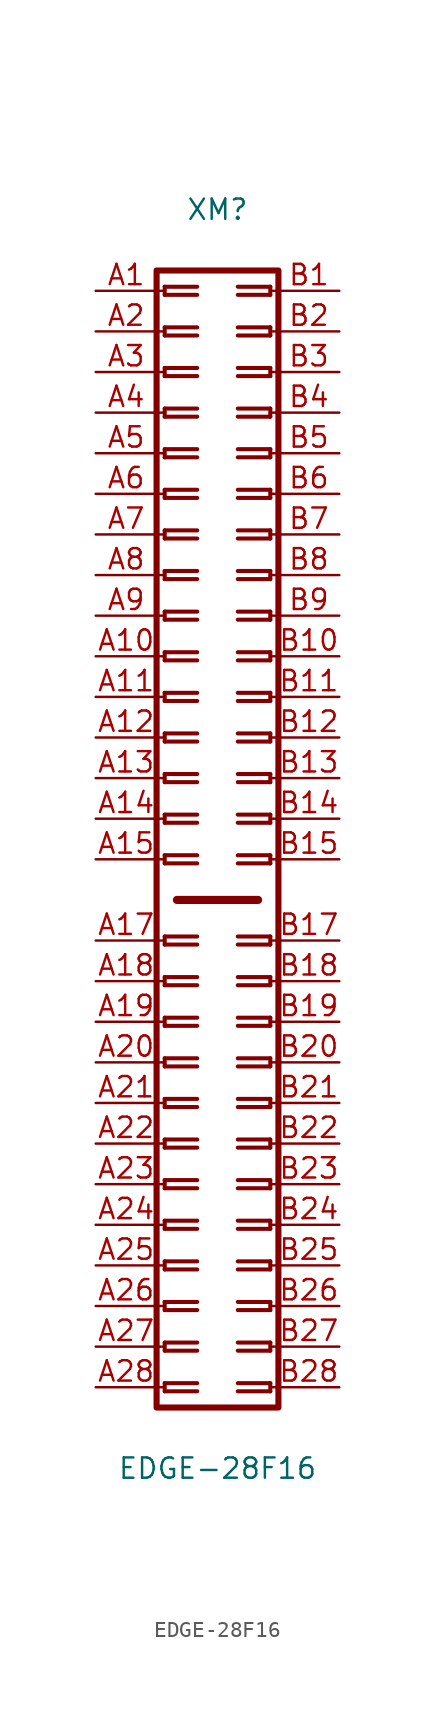
<source format=kicad_sym>
(kicad_symbol_lib
  (version 20231120)
  (generator "kicad_symbol_editor")
  (generator_version "8.0")
  (symbol "EDGE-28F16"
    (pin_names
      (offset 1.016))
    (property "Reference" "XM"
      (at 0 39.37 0)
      (effects (font (size 1.27 1.27))))
    (property "Value" "EDGE-28F16"
      (at 0 -39.37 0)
      (effects (font (size 1.27 1.27))))
    (symbol "EDGE-28F16_0_0"
      (polyline (pts (xy -2.54 -3.81) (xy 2.54 -3.81)) (stroke (width 0.508) (type default)) (fill (type none))))
    (symbol "EDGE-28F16_0_1"
      (rectangle (start -3.81 35.56) (end 3.81 -35.56) (stroke (width 0.381) (type default)) (fill (type none)))
      (polyline (pts (xy -3.81 -34.29) (xy -3.302 -34.29)) (stroke (width 0) (type default)) (fill (type none)))
      (polyline (pts (xy -3.81 -31.75) (xy -3.302 -31.75)) (stroke (width 0) (type default)) (fill (type none)))
      (polyline (pts (xy -3.81 -29.21) (xy -3.302 -29.21)) (stroke (width 0) (type default)) (fill (type none)))
      (polyline (pts (xy -3.81 -26.67) (xy -3.302 -26.67)) (stroke (width 0) (type default)) (fill (type none)))
      (polyline (pts (xy -3.81 -24.13) (xy -3.302 -24.13)) (stroke (width 0) (type default)) (fill (type none)))
      (polyline (pts (xy -3.81 -21.59) (xy -3.302 -21.59)) (stroke (width 0) (type default)) (fill (type none)))
      (polyline (pts (xy -3.81 -19.05) (xy -3.302 -19.05)) (stroke (width 0) (type default)) (fill (type none)))
      (polyline (pts (xy -3.81 -16.51) (xy -3.302 -16.51)) (stroke (width 0) (type default)) (fill (type none)))
      (polyline (pts (xy -3.81 -13.97) (xy -3.302 -13.97)) (stroke (width 0) (type default)) (fill (type none)))
      (polyline (pts (xy -3.81 -11.43) (xy -3.302 -11.43)) (stroke (width 0) (type default)) (fill (type none)))
      (polyline (pts (xy -3.81 -8.89) (xy -3.302 -8.89)) (stroke (width 0) (type default)) (fill (type none)))
      (polyline (pts (xy -3.81 -6.35) (xy -3.302 -6.35)) (stroke (width 0) (type default)) (fill (type none)))
      (polyline (pts (xy -3.81 -1.27) (xy -3.302 -1.27)) (stroke (width 0) (type default)) (fill (type none)))
      (polyline (pts (xy -3.81 1.27) (xy -3.302 1.27)) (stroke (width 0) (type default)) (fill (type none)))
      (polyline (pts (xy -3.81 3.81) (xy -3.302 3.81)) (stroke (width 0) (type default)) (fill (type none)))
      (polyline (pts (xy -3.81 6.35) (xy -3.302 6.35)) (stroke (width 0) (type default)) (fill (type none)))
      (polyline (pts (xy -3.81 8.89) (xy -3.302 8.89)) (stroke (width 0) (type default)) (fill (type none)))
      (polyline (pts (xy -3.81 11.43) (xy -3.302 11.43)) (stroke (width 0) (type default)) (fill (type none)))
      (polyline (pts (xy -3.81 13.97) (xy -3.302 13.97)) (stroke (width 0) (type default)) (fill (type none)))
      (polyline (pts (xy -3.81 16.51) (xy -3.302 16.51)) (stroke (width 0) (type default)) (fill (type none)))
      (polyline (pts (xy -3.81 19.05) (xy -3.302 19.05)) (stroke (width 0) (type default)) (fill (type none)))
      (polyline (pts (xy -3.81 21.59) (xy -3.302 21.59)) (stroke (width 0) (type default)) (fill (type none)))
      (polyline (pts (xy -3.81 24.13) (xy -3.302 24.13)) (stroke (width 0) (type default)) (fill (type none)))
      (polyline (pts (xy -3.81 26.67) (xy -3.302 26.67)) (stroke (width 0) (type default)) (fill (type none)))
      (polyline (pts (xy -3.81 29.21) (xy -3.302 29.21)) (stroke (width 0) (type default)) (fill (type none)))
      (polyline (pts (xy -3.81 31.75) (xy -3.302 31.75)) (stroke (width 0) (type default)) (fill (type none)))
      (polyline (pts (xy -3.81 34.29) (xy -3.302 34.29)) (stroke (width 0) (type default)) (fill (type none)))
      (polyline (pts (xy -3.302 -34.544) (xy -3.302 -34.036)) (stroke (width 0.254) (type default)) (fill (type none)))
      (polyline (pts (xy -3.302 -34.544) (xy -1.27 -34.544)) (stroke (width 0.254) (type default)) (fill (type none)))
      (polyline (pts (xy -3.302 -34.036) (xy -1.27 -34.036)) (stroke (width 0.254) (type default)) (fill (type none)))
      (polyline (pts (xy -3.302 -32.004) (xy -3.302 -31.496)) (stroke (width 0.254) (type default)) (fill (type none)))
      (polyline (pts (xy -3.302 -32.004) (xy -1.27 -32.004)) (stroke (width 0.254) (type default)) (fill (type none)))
      (polyline (pts (xy -3.302 -31.496) (xy -1.27 -31.496)) (stroke (width 0.254) (type default)) (fill (type none)))
      (polyline (pts (xy -3.302 -29.464) (xy -3.302 -28.956)) (stroke (width 0.254) (type default)) (fill (type none)))
      (polyline (pts (xy -3.302 -29.464) (xy -1.27 -29.464)) (stroke (width 0.254) (type default)) (fill (type none)))
      (polyline (pts (xy -3.302 -28.956) (xy -1.27 -28.956)) (stroke (width 0.254) (type default)) (fill (type none)))
      (polyline (pts (xy -3.302 -26.924) (xy -3.302 -26.416)) (stroke (width 0.254) (type default)) (fill (type none)))
      (polyline (pts (xy -3.302 -26.924) (xy -1.27 -26.924)) (stroke (width 0.254) (type default)) (fill (type none)))
      (polyline (pts (xy -3.302 -26.416) (xy -1.27 -26.416)) (stroke (width 0.254) (type default)) (fill (type none)))
      (polyline (pts (xy -3.302 -24.384) (xy -3.302 -23.876)) (stroke (width 0.254) (type default)) (fill (type none)))
      (polyline (pts (xy -3.302 -24.384) (xy -1.27 -24.384)) (stroke (width 0.254) (type default)) (fill (type none)))
      (polyline (pts (xy -3.302 -23.876) (xy -1.27 -23.876)) (stroke (width 0.254) (type default)) (fill (type none)))
      (polyline (pts (xy -3.302 -21.844) (xy -3.302 -21.336)) (stroke (width 0.254) (type default)) (fill (type none)))
      (polyline (pts (xy -3.302 -21.844) (xy -1.27 -21.844)) (stroke (width 0.254) (type default)) (fill (type none)))
      (polyline (pts (xy -3.302 -21.336) (xy -1.27 -21.336)) (stroke (width 0.254) (type default)) (fill (type none)))
      (polyline (pts (xy -3.302 -19.304) (xy -3.302 -18.796)) (stroke (width 0.254) (type default)) (fill (type none)))
      (polyline (pts (xy -3.302 -19.304) (xy -1.27 -19.304)) (stroke (width 0.254) (type default)) (fill (type none)))
      (polyline (pts (xy -3.302 -18.796) (xy -1.27 -18.796)) (stroke (width 0.254) (type default)) (fill (type none)))
      (polyline (pts (xy -3.302 -16.764) (xy -3.302 -16.256)) (stroke (width 0.254) (type default)) (fill (type none)))
      (polyline (pts (xy -3.302 -16.764) (xy -1.27 -16.764)) (stroke (width 0.254) (type default)) (fill (type none)))
      (polyline (pts (xy -3.302 -16.256) (xy -1.27 -16.256)) (stroke (width 0.254) (type default)) (fill (type none)))
      (polyline (pts (xy -3.302 -14.224) (xy -3.302 -13.716)) (stroke (width 0.254) (type default)) (fill (type none)))
      (polyline (pts (xy -3.302 -14.224) (xy -1.27 -14.224)) (stroke (width 0.254) (type default)) (fill (type none)))
      (polyline (pts (xy -3.302 -13.716) (xy -1.27 -13.716)) (stroke (width 0.254) (type default)) (fill (type none)))
      (polyline (pts (xy -3.302 -11.684) (xy -3.302 -11.176)) (stroke (width 0.254) (type default)) (fill (type none)))
      (polyline (pts (xy -3.302 -11.684) (xy -1.27 -11.684)) (stroke (width 0.254) (type default)) (fill (type none)))
      (polyline (pts (xy -3.302 -11.176) (xy -1.27 -11.176)) (stroke (width 0.254) (type default)) (fill (type none)))
      (polyline (pts (xy -3.302 -9.144) (xy -3.302 -8.636)) (stroke (width 0.254) (type default)) (fill (type none)))
      (polyline (pts (xy -3.302 -9.144) (xy -1.27 -9.144)) (stroke (width 0.254) (type default)) (fill (type none)))
      (polyline (pts (xy -3.302 -8.636) (xy -1.27 -8.636)) (stroke (width 0.254) (type default)) (fill (type none)))
      (polyline (pts (xy -3.302 -6.604) (xy -3.302 -6.096)) (stroke (width 0.254) (type default)) (fill (type none)))
      (polyline (pts (xy -3.302 -6.604) (xy -1.27 -6.604)) (stroke (width 0.254) (type default)) (fill (type none)))
      (polyline (pts (xy -3.302 -6.096) (xy -1.27 -6.096)) (stroke (width 0.254) (type default)) (fill (type none)))
      (polyline (pts (xy -3.302 -1.524) (xy -3.302 -1.016)) (stroke (width 0.254) (type default)) (fill (type none)))
      (polyline (pts (xy -3.302 -1.524) (xy -1.27 -1.524)) (stroke (width 0.254) (type default)) (fill (type none)))
      (polyline (pts (xy -3.302 -1.016) (xy -1.27 -1.016)) (stroke (width 0.254) (type default)) (fill (type none)))
      (polyline (pts (xy -3.302 1.016) (xy -3.302 1.524)) (stroke (width 0.254) (type default)) (fill (type none)))
      (polyline (pts (xy -3.302 1.016) (xy -1.27 1.016)) (stroke (width 0.254) (type default)) (fill (type none)))
      (polyline (pts (xy -3.302 1.524) (xy -1.27 1.524)) (stroke (width 0.254) (type default)) (fill (type none)))
      (polyline (pts (xy -3.302 3.556) (xy -3.302 4.064)) (stroke (width 0.254) (type default)) (fill (type none)))
      (polyline (pts (xy -3.302 3.556) (xy -1.27 3.556)) (stroke (width 0.254) (type default)) (fill (type none)))
      (polyline (pts (xy -3.302 4.064) (xy -1.27 4.064)) (stroke (width 0.254) (type default)) (fill (type none)))
      (polyline (pts (xy -3.302 6.096) (xy -3.302 6.604)) (stroke (width 0.254) (type default)) (fill (type none)))
      (polyline (pts (xy -3.302 6.096) (xy -1.27 6.096)) (stroke (width 0.254) (type default)) (fill (type none)))
      (polyline (pts (xy -3.302 6.604) (xy -1.27 6.604)) (stroke (width 0.254) (type default)) (fill (type none)))
      (polyline (pts (xy -3.302 8.636) (xy -3.302 9.144)) (stroke (width 0.254) (type default)) (fill (type none)))
      (polyline (pts (xy -3.302 8.636) (xy -1.27 8.636)) (stroke (width 0.254) (type default)) (fill (type none)))
      (polyline (pts (xy -3.302 9.144) (xy -1.27 9.144)) (stroke (width 0.254) (type default)) (fill (type none)))
      (polyline (pts (xy -3.302 11.176) (xy -3.302 11.684)) (stroke (width 0.254) (type default)) (fill (type none)))
      (polyline (pts (xy -3.302 11.176) (xy -1.27 11.176)) (stroke (width 0.254) (type default)) (fill (type none)))
      (polyline (pts (xy -3.302 11.684) (xy -1.27 11.684)) (stroke (width 0.254) (type default)) (fill (type none)))
      (polyline (pts (xy -3.302 13.716) (xy -3.302 14.224)) (stroke (width 0.254) (type default)) (fill (type none)))
      (polyline (pts (xy -3.302 13.716) (xy -1.27 13.716)) (stroke (width 0.254) (type default)) (fill (type none)))
      (polyline (pts (xy -3.302 14.224) (xy -1.27 14.224)) (stroke (width 0.254) (type default)) (fill (type none)))
      (polyline (pts (xy -3.302 16.256) (xy -3.302 16.764)) (stroke (width 0.254) (type default)) (fill (type none)))
      (polyline (pts (xy -3.302 16.256) (xy -1.27 16.256)) (stroke (width 0.254) (type default)) (fill (type none)))
      (polyline (pts (xy -3.302 16.764) (xy -1.27 16.764)) (stroke (width 0.254) (type default)) (fill (type none)))
      (polyline (pts (xy -3.302 18.796) (xy -3.302 19.304)) (stroke (width 0.254) (type default)) (fill (type none)))
      (polyline (pts (xy -3.302 18.796) (xy -1.27 18.796)) (stroke (width 0.254) (type default)) (fill (type none)))
      (polyline (pts (xy -3.302 19.304) (xy -1.27 19.304)) (stroke (width 0.254) (type default)) (fill (type none)))
      (polyline (pts (xy -3.302 21.336) (xy -3.302 21.844)) (stroke (width 0.254) (type default)) (fill (type none)))
      (polyline (pts (xy -3.302 21.336) (xy -1.27 21.336)) (stroke (width 0.254) (type default)) (fill (type none)))
      (polyline (pts (xy -3.302 21.844) (xy -1.27 21.844)) (stroke (width 0.254) (type default)) (fill (type none)))
      (polyline (pts (xy -3.302 23.876) (xy -3.302 24.384)) (stroke (width 0.254) (type default)) (fill (type none)))
      (polyline (pts (xy -3.302 23.876) (xy -1.27 23.876)) (stroke (width 0.254) (type default)) (fill (type none)))
      (polyline (pts (xy -3.302 24.384) (xy -1.27 24.384)) (stroke (width 0.254) (type default)) (fill (type none)))
      (polyline (pts (xy -3.302 26.416) (xy -3.302 26.924)) (stroke (width 0.254) (type default)) (fill (type none)))
      (polyline (pts (xy -3.302 26.416) (xy -1.27 26.416)) (stroke (width 0.254) (type default)) (fill (type none)))
      (polyline (pts (xy -3.302 26.924) (xy -1.27 26.924)) (stroke (width 0.254) (type default)) (fill (type none)))
      (polyline (pts (xy -3.302 28.956) (xy -3.302 29.464)) (stroke (width 0.254) (type default)) (fill (type none)))
      (polyline (pts (xy -3.302 28.956) (xy -1.27 28.956)) (stroke (width 0.254) (type default)) (fill (type none)))
      (polyline (pts (xy -3.302 29.464) (xy -1.27 29.464)) (stroke (width 0.254) (type default)) (fill (type none)))
      (polyline (pts (xy -3.302 31.496) (xy -3.302 32.004)) (stroke (width 0.254) (type default)) (fill (type none)))
      (polyline (pts (xy -3.302 31.496) (xy -1.27 31.496)) (stroke (width 0.254) (type default)) (fill (type none)))
      (polyline (pts (xy -3.302 32.004) (xy -1.27 32.004)) (stroke (width 0.254) (type default)) (fill (type none)))
      (polyline (pts (xy -3.302 34.036) (xy -3.302 34.544)) (stroke (width 0.254) (type default)) (fill (type none)))
      (polyline (pts (xy -3.302 34.036) (xy -1.27 34.036)) (stroke (width 0.254) (type default)) (fill (type none)))
      (polyline (pts (xy -3.302 34.544) (xy -1.27 34.544)) (stroke (width 0.254) (type default)) (fill (type none)))
      (polyline (pts (xy 3.302 -34.544) (xy 1.27 -34.544)) (stroke (width 0.254) (type default)) (fill (type none)))
      (polyline (pts (xy 3.302 -34.544) (xy 3.302 -34.036)) (stroke (width 0.254) (type default)) (fill (type none)))
      (polyline (pts (xy 3.302 -34.036) (xy 1.27 -34.036)) (stroke (width 0.254) (type default)) (fill (type none)))
      (polyline (pts (xy 3.302 -32.004) (xy 1.27 -32.004)) (stroke (width 0.254) (type default)) (fill (type none)))
      (polyline (pts (xy 3.302 -32.004) (xy 3.302 -31.496)) (stroke (width 0.254) (type default)) (fill (type none)))
      (polyline (pts (xy 3.302 -31.496) (xy 1.27 -31.496)) (stroke (width 0.254) (type default)) (fill (type none)))
      (polyline (pts (xy 3.302 -29.464) (xy 1.27 -29.464)) (stroke (width 0.254) (type default)) (fill (type none)))
      (polyline (pts (xy 3.302 -29.464) (xy 3.302 -28.956)) (stroke (width 0.254) (type default)) (fill (type none)))
      (polyline (pts (xy 3.302 -28.956) (xy 1.27 -28.956)) (stroke (width 0.254) (type default)) (fill (type none)))
      (polyline (pts (xy 3.302 -26.924) (xy 1.27 -26.924)) (stroke (width 0.254) (type default)) (fill (type none)))
      (polyline (pts (xy 3.302 -26.924) (xy 3.302 -26.416)) (stroke (width 0.254) (type default)) (fill (type none)))
      (polyline (pts (xy 3.302 -26.416) (xy 1.27 -26.416)) (stroke (width 0.254) (type default)) (fill (type none)))
      (polyline (pts (xy 3.302 -24.384) (xy 1.27 -24.384)) (stroke (width 0.254) (type default)) (fill (type none)))
      (polyline (pts (xy 3.302 -24.384) (xy 3.302 -23.876)) (stroke (width 0.254) (type default)) (fill (type none)))
      (polyline (pts (xy 3.302 -23.876) (xy 1.27 -23.876)) (stroke (width 0.254) (type default)) (fill (type none)))
      (polyline (pts (xy 3.302 -21.844) (xy 1.27 -21.844)) (stroke (width 0.254) (type default)) (fill (type none)))
      (polyline (pts (xy 3.302 -21.844) (xy 3.302 -21.336)) (stroke (width 0.254) (type default)) (fill (type none)))
      (polyline (pts (xy 3.302 -21.336) (xy 1.27 -21.336)) (stroke (width 0.254) (type default)) (fill (type none)))
      (polyline (pts (xy 3.302 -19.304) (xy 1.27 -19.304)) (stroke (width 0.254) (type default)) (fill (type none)))
      (polyline (pts (xy 3.302 -19.304) (xy 3.302 -18.796)) (stroke (width 0.254) (type default)) (fill (type none)))
      (polyline (pts (xy 3.302 -18.796) (xy 1.27 -18.796)) (stroke (width 0.254) (type default)) (fill (type none)))
      (polyline (pts (xy 3.302 -16.764) (xy 1.27 -16.764)) (stroke (width 0.254) (type default)) (fill (type none)))
      (polyline (pts (xy 3.302 -16.764) (xy 3.302 -16.256)) (stroke (width 0.254) (type default)) (fill (type none)))
      (polyline (pts (xy 3.302 -16.256) (xy 1.27 -16.256)) (stroke (width 0.254) (type default)) (fill (type none)))
      (polyline (pts (xy 3.302 -14.224) (xy 1.27 -14.224)) (stroke (width 0.254) (type default)) (fill (type none)))
      (polyline (pts (xy 3.302 -14.224) (xy 3.302 -13.716)) (stroke (width 0.254) (type default)) (fill (type none)))
      (polyline (pts (xy 3.302 -13.716) (xy 1.27 -13.716)) (stroke (width 0.254) (type default)) (fill (type none)))
      (polyline (pts (xy 3.302 -11.684) (xy 1.27 -11.684)) (stroke (width 0.254) (type default)) (fill (type none)))
      (polyline (pts (xy 3.302 -11.684) (xy 3.302 -11.176)) (stroke (width 0.254) (type default)) (fill (type none)))
      (polyline (pts (xy 3.302 -11.176) (xy 1.27 -11.176)) (stroke (width 0.254) (type default)) (fill (type none)))
      (polyline (pts (xy 3.302 -9.144) (xy 1.27 -9.144)) (stroke (width 0.254) (type default)) (fill (type none)))
      (polyline (pts (xy 3.302 -9.144) (xy 3.302 -8.636)) (stroke (width 0.254) (type default)) (fill (type none)))
      (polyline (pts (xy 3.302 -8.636) (xy 1.27 -8.636)) (stroke (width 0.254) (type default)) (fill (type none)))
      (polyline (pts (xy 3.302 -6.604) (xy 1.27 -6.604)) (stroke (width 0.254) (type default)) (fill (type none)))
      (polyline (pts (xy 3.302 -6.604) (xy 3.302 -6.096)) (stroke (width 0.254) (type default)) (fill (type none)))
      (polyline (pts (xy 3.302 -6.096) (xy 1.27 -6.096)) (stroke (width 0.254) (type default)) (fill (type none)))
      (polyline (pts (xy 3.302 -1.524) (xy 1.27 -1.524)) (stroke (width 0.254) (type default)) (fill (type none)))
      (polyline (pts (xy 3.302 -1.524) (xy 3.302 -1.016)) (stroke (width 0.254) (type default)) (fill (type none)))
      (polyline (pts (xy 3.302 -1.016) (xy 1.27 -1.016)) (stroke (width 0.254) (type default)) (fill (type none)))
      (polyline (pts (xy 3.302 1.016) (xy 1.27 1.016)) (stroke (width 0.254) (type default)) (fill (type none)))
      (polyline (pts (xy 3.302 1.016) (xy 3.302 1.524)) (stroke (width 0.254) (type default)) (fill (type none)))
      (polyline (pts (xy 3.302 1.524) (xy 1.27 1.524)) (stroke (width 0.254) (type default)) (fill (type none)))
      (polyline (pts (xy 3.302 3.556) (xy 1.27 3.556)) (stroke (width 0.254) (type default)) (fill (type none)))
      (polyline (pts (xy 3.302 3.556) (xy 3.302 4.064)) (stroke (width 0.254) (type default)) (fill (type none)))
      (polyline (pts (xy 3.302 4.064) (xy 1.27 4.064)) (stroke (width 0.254) (type default)) (fill (type none)))
      (polyline (pts (xy 3.302 6.096) (xy 1.27 6.096)) (stroke (width 0.254) (type default)) (fill (type none)))
      (polyline (pts (xy 3.302 6.096) (xy 3.302 6.604)) (stroke (width 0.254) (type default)) (fill (type none)))
      (polyline (pts (xy 3.302 6.604) (xy 1.27 6.604)) (stroke (width 0.254) (type default)) (fill (type none)))
      (polyline (pts (xy 3.302 8.636) (xy 1.27 8.636)) (stroke (width 0.254) (type default)) (fill (type none)))
      (polyline (pts (xy 3.302 8.636) (xy 3.302 9.144)) (stroke (width 0.254) (type default)) (fill (type none)))
      (polyline (pts (xy 3.302 9.144) (xy 1.27 9.144)) (stroke (width 0.254) (type default)) (fill (type none)))
      (polyline (pts (xy 3.302 11.176) (xy 1.27 11.176)) (stroke (width 0.254) (type default)) (fill (type none)))
      (polyline (pts (xy 3.302 11.176) (xy 3.302 11.684)) (stroke (width 0.254) (type default)) (fill (type none)))
      (polyline (pts (xy 3.302 11.684) (xy 1.27 11.684)) (stroke (width 0.254) (type default)) (fill (type none)))
      (polyline (pts (xy 3.302 13.716) (xy 1.27 13.716)) (stroke (width 0.254) (type default)) (fill (type none)))
      (polyline (pts (xy 3.302 13.716) (xy 3.302 14.224)) (stroke (width 0.254) (type default)) (fill (type none)))
      (polyline (pts (xy 3.302 14.224) (xy 1.27 14.224)) (stroke (width 0.254) (type default)) (fill (type none)))
      (polyline (pts (xy 3.302 16.256) (xy 1.27 16.256)) (stroke (width 0.254) (type default)) (fill (type none)))
      (polyline (pts (xy 3.302 16.256) (xy 3.302 16.764)) (stroke (width 0.254) (type default)) (fill (type none)))
      (polyline (pts (xy 3.302 16.764) (xy 1.27 16.764)) (stroke (width 0.254) (type default)) (fill (type none)))
      (polyline (pts (xy 3.302 18.796) (xy 1.27 18.796)) (stroke (width 0.254) (type default)) (fill (type none)))
      (polyline (pts (xy 3.302 18.796) (xy 3.302 19.304)) (stroke (width 0.254) (type default)) (fill (type none)))
      (polyline (pts (xy 3.302 19.304) (xy 1.27 19.304)) (stroke (width 0.254) (type default)) (fill (type none)))
      (polyline (pts (xy 3.302 21.336) (xy 1.27 21.336)) (stroke (width 0.254) (type default)) (fill (type none)))
      (polyline (pts (xy 3.302 21.336) (xy 3.302 21.844)) (stroke (width 0.254) (type default)) (fill (type none)))
      (polyline (pts (xy 3.302 21.844) (xy 1.27 21.844)) (stroke (width 0.254) (type default)) (fill (type none)))
      (polyline (pts (xy 3.302 23.876) (xy 1.27 23.876)) (stroke (width 0.254) (type default)) (fill (type none)))
      (polyline (pts (xy 3.302 23.876) (xy 3.302 24.384)) (stroke (width 0.254) (type default)) (fill (type none)))
      (polyline (pts (xy 3.302 24.384) (xy 1.27 24.384)) (stroke (width 0.254) (type default)) (fill (type none)))
      (polyline (pts (xy 3.302 26.416) (xy 1.27 26.416)) (stroke (width 0.254) (type default)) (fill (type none)))
      (polyline (pts (xy 3.302 26.416) (xy 3.302 26.924)) (stroke (width 0.254) (type default)) (fill (type none)))
      (polyline (pts (xy 3.302 26.924) (xy 1.27 26.924)) (stroke (width 0.254) (type default)) (fill (type none)))
      (polyline (pts (xy 3.302 28.956) (xy 1.27 28.956)) (stroke (width 0.254) (type default)) (fill (type none)))
      (polyline (pts (xy 3.302 28.956) (xy 3.302 29.464)) (stroke (width 0.254) (type default)) (fill (type none)))
      (polyline (pts (xy 3.302 29.464) (xy 1.27 29.464)) (stroke (width 0.254) (type default)) (fill (type none)))
      (polyline (pts (xy 3.302 31.496) (xy 1.27 31.496)) (stroke (width 0.254) (type default)) (fill (type none)))
      (polyline (pts (xy 3.302 31.496) (xy 3.302 32.004)) (stroke (width 0.254) (type default)) (fill (type none)))
      (polyline (pts (xy 3.302 32.004) (xy 1.27 32.004)) (stroke (width 0.254) (type default)) (fill (type none)))
      (polyline (pts (xy 3.302 34.036) (xy 1.27 34.036)) (stroke (width 0.254) (type default)) (fill (type none)))
      (polyline (pts (xy 3.302 34.036) (xy 3.302 34.544)) (stroke (width 0.254) (type default)) (fill (type none)))
      (polyline (pts (xy 3.302 34.544) (xy 1.27 34.544)) (stroke (width 0.254) (type default)) (fill (type none)))
      (polyline (pts (xy 3.81 -34.29) (xy 3.302 -34.29)) (stroke (width 0) (type default)) (fill (type none)))
      (polyline (pts (xy 3.81 -31.75) (xy 3.302 -31.75)) (stroke (width 0) (type default)) (fill (type none)))
      (polyline (pts (xy 3.81 -29.21) (xy 3.302 -29.21)) (stroke (width 0) (type default)) (fill (type none)))
      (polyline (pts (xy 3.81 -26.67) (xy 3.302 -26.67)) (stroke (width 0) (type default)) (fill (type none)))
      (polyline (pts (xy 3.81 -24.13) (xy 3.302 -24.13)) (stroke (width 0) (type default)) (fill (type none)))
      (polyline (pts (xy 3.81 -21.59) (xy 3.302 -21.59)) (stroke (width 0) (type default)) (fill (type none)))
      (polyline (pts (xy 3.81 -19.05) (xy 3.302 -19.05)) (stroke (width 0) (type default)) (fill (type none)))
      (polyline (pts (xy 3.81 -16.51) (xy 3.302 -16.51)) (stroke (width 0) (type default)) (fill (type none)))
      (polyline (pts (xy 3.81 -13.97) (xy 3.302 -13.97)) (stroke (width 0) (type default)) (fill (type none)))
      (polyline (pts (xy 3.81 -11.43) (xy 3.302 -11.43)) (stroke (width 0) (type default)) (fill (type none)))
      (polyline (pts (xy 3.81 -8.89) (xy 3.302 -8.89)) (stroke (width 0) (type default)) (fill (type none)))
      (polyline (pts (xy 3.81 -6.35) (xy 3.302 -6.35)) (stroke (width 0) (type default)) (fill (type none)))
      (polyline (pts (xy 3.81 -1.27) (xy 3.302 -1.27)) (stroke (width 0) (type default)) (fill (type none)))
      (polyline (pts (xy 3.81 1.27) (xy 3.302 1.27)) (stroke (width 0) (type default)) (fill (type none)))
      (polyline (pts (xy 3.81 3.81) (xy 3.302 3.81)) (stroke (width 0) (type default)) (fill (type none)))
      (polyline (pts (xy 3.81 6.35) (xy 3.302 6.35)) (stroke (width 0) (type default)) (fill (type none)))
      (polyline (pts (xy 3.81 8.89) (xy 3.302 8.89)) (stroke (width 0) (type default)) (fill (type none)))
      (polyline (pts (xy 3.81 11.43) (xy 3.302 11.43)) (stroke (width 0) (type default)) (fill (type none)))
      (polyline (pts (xy 3.81 13.97) (xy 3.302 13.97)) (stroke (width 0) (type default)) (fill (type none)))
      (polyline (pts (xy 3.81 16.51) (xy 3.302 16.51)) (stroke (width 0) (type default)) (fill (type none)))
      (polyline (pts (xy 3.81 19.05) (xy 3.302 19.05)) (stroke (width 0) (type default)) (fill (type none)))
      (polyline (pts (xy 3.81 21.59) (xy 3.302 21.59)) (stroke (width 0) (type default)) (fill (type none)))
      (polyline (pts (xy 3.81 24.13) (xy 3.302 24.13)) (stroke (width 0) (type default)) (fill (type none)))
      (polyline (pts (xy 3.81 26.67) (xy 3.302 26.67)) (stroke (width 0) (type default)) (fill (type none)))
      (polyline (pts (xy 3.81 29.21) (xy 3.302 29.21)) (stroke (width 0) (type default)) (fill (type none)))
      (polyline (pts (xy 3.81 31.75) (xy 3.302 31.75)) (stroke (width 0) (type default)) (fill (type none)))
      (polyline (pts (xy 3.81 34.29) (xy 3.302 34.29)) (stroke (width 0) (type default)) (fill (type none))))
    (symbol "EDGE-28F16_1_1"
      (pin passive line (at -7.62 34.29 0) (length 3.81) (name "~" (effects (font (size 1.27 1.27)))) (number "A1" (effects (font (size 1.27 1.27)))))
      (pin passive line (at -7.62 11.43 0) (length 3.81) (name "~" (effects (font (size 1.27 1.27)))) (number "A10" (effects (font (size 1.27 1.27)))))
      (pin passive line (at -7.62 8.89 0) (length 3.81) (name "~" (effects (font (size 1.27 1.27)))) (number "A11" (effects (font (size 1.27 1.27)))))
      (pin passive line (at -7.62 6.35 0) (length 3.81) (name "~" (effects (font (size 1.27 1.27)))) (number "A12" (effects (font (size 1.27 1.27)))))
      (pin passive line (at -7.62 3.81 0) (length 3.81) (name "~" (effects (font (size 1.27 1.27)))) (number "A13" (effects (font (size 1.27 1.27)))))
      (pin passive line (at -7.62 1.27 0) (length 3.81) (name "~" (effects (font (size 1.27 1.27)))) (number "A14" (effects (font (size 1.27 1.27)))))
      (pin passive line (at -7.62 -1.27 0) (length 3.81) (name "~" (effects (font (size 1.27 1.27)))) (number "A15" (effects (font (size 1.27 1.27)))))
      (pin passive line (at -7.62 -6.35 0) (length 3.81) (name "~" (effects (font (size 1.27 1.27)))) (number "A17" (effects (font (size 1.27 1.27)))))
      (pin passive line (at -7.62 -8.89 0) (length 3.81) (name "~" (effects (font (size 1.27 1.27)))) (number "A18" (effects (font (size 1.27 1.27)))))
      (pin passive line (at -7.62 -11.43 0) (length 3.81) (name "~" (effects (font (size 1.27 1.27)))) (number "A19" (effects (font (size 1.27 1.27)))))
      (pin passive line (at -7.62 31.75 0) (length 3.81) (name "~" (effects (font (size 1.27 1.27)))) (number "A2" (effects (font (size 1.27 1.27)))))
      (pin passive line (at -7.62 -13.97 0) (length 3.81) (name "~" (effects (font (size 1.27 1.27)))) (number "A20" (effects (font (size 1.27 1.27)))))
      (pin passive line (at -7.62 -16.51 0) (length 3.81) (name "~" (effects (font (size 1.27 1.27)))) (number "A21" (effects (font (size 1.27 1.27)))))
      (pin passive line (at -7.62 -19.05 0) (length 3.81) (name "~" (effects (font (size 1.27 1.27)))) (number "A22" (effects (font (size 1.27 1.27)))))
      (pin passive line (at -7.62 -21.59 0) (length 3.81) (name "~" (effects (font (size 1.27 1.27)))) (number "A23" (effects (font (size 1.27 1.27)))))
      (pin passive line (at -7.62 -24.13 0) (length 3.81) (name "~" (effects (font (size 1.27 1.27)))) (number "A24" (effects (font (size 1.27 1.27)))))
      (pin passive line (at -7.62 -26.67 0) (length 3.81) (name "~" (effects (font (size 1.27 1.27)))) (number "A25" (effects (font (size 1.27 1.27)))))
      (pin passive line (at -7.62 -29.21 0) (length 3.81) (name "~" (effects (font (size 1.27 1.27)))) (number "A26" (effects (font (size 1.27 1.27)))))
      (pin passive line (at -7.62 -31.75 0) (length 3.81) (name "~" (effects (font (size 1.27 1.27)))) (number "A27" (effects (font (size 1.27 1.27)))))
      (pin passive line (at -7.62 -34.29 0) (length 3.81) (name "~" (effects (font (size 1.27 1.27)))) (number "A28" (effects (font (size 1.27 1.27)))))
      (pin passive line (at -7.62 29.21 0) (length 3.81) (name "~" (effects (font (size 1.27 1.27)))) (number "A3" (effects (font (size 1.27 1.27)))))
      (pin passive line (at -7.62 26.67 0) (length 3.81) (name "~" (effects (font (size 1.27 1.27)))) (number "A4" (effects (font (size 1.27 1.27)))))
      (pin passive line (at -7.62 24.13 0) (length 3.81) (name "~" (effects (font (size 1.27 1.27)))) (number "A5" (effects (font (size 1.27 1.27)))))
      (pin passive line (at -7.62 21.59 0) (length 3.81) (name "~" (effects (font (size 1.27 1.27)))) (number "A6" (effects (font (size 1.27 1.27)))))
      (pin passive line (at -7.62 19.05 0) (length 3.81) (name "~" (effects (font (size 1.27 1.27)))) (number "A7" (effects (font (size 1.27 1.27)))))
      (pin passive line (at -7.62 16.51 0) (length 3.81) (name "~" (effects (font (size 1.27 1.27)))) (number "A8" (effects (font (size 1.27 1.27)))))
      (pin passive line (at -7.62 13.97 0) (length 3.81) (name "~" (effects (font (size 1.27 1.27)))) (number "A9" (effects (font (size 1.27 1.27)))))
      (pin passive line (at 7.62 34.29 180) (length 3.81) (name "~" (effects (font (size 1.27 1.27)))) (number "B1" (effects (font (size 1.27 1.27)))))
      (pin passive line (at 7.62 11.43 180) (length 3.81) (name "~" (effects (font (size 1.27 1.27)))) (number "B10" (effects (font (size 1.27 1.27)))))
      (pin passive line (at 7.62 8.89 180) (length 3.81) (name "~" (effects (font (size 1.27 1.27)))) (number "B11" (effects (font (size 1.27 1.27)))))
      (pin passive line (at 7.62 6.35 180) (length 3.81) (name "~" (effects (font (size 1.27 1.27)))) (number "B12" (effects (font (size 1.27 1.27)))))
      (pin passive line (at 7.62 3.81 180) (length 3.81) (name "~" (effects (font (size 1.27 1.27)))) (number "B13" (effects (font (size 1.27 1.27)))))
      (pin passive line (at 7.62 1.27 180) (length 3.81) (name "~" (effects (font (size 1.27 1.27)))) (number "B14" (effects (font (size 1.27 1.27)))))
      (pin passive line (at 7.62 -1.27 180) (length 3.81) (name "~" (effects (font (size 1.27 1.27)))) (number "B15" (effects (font (size 1.27 1.27)))))
      (pin passive line (at 7.62 -6.35 180) (length 3.81) (name "~" (effects (font (size 1.27 1.27)))) (number "B17" (effects (font (size 1.27 1.27)))))
      (pin passive line (at 7.62 -8.89 180) (length 3.81) (name "~" (effects (font (size 1.27 1.27)))) (number "B18" (effects (font (size 1.27 1.27)))))
      (pin passive line (at 7.62 -11.43 180) (length 3.81) (name "~" (effects (font (size 1.27 1.27)))) (number "B19" (effects (font (size 1.27 1.27)))))
      (pin passive line (at 7.62 31.75 180) (length 3.81) (name "~" (effects (font (size 1.27 1.27)))) (number "B2" (effects (font (size 1.27 1.27)))))
      (pin passive line (at 7.62 -13.97 180) (length 3.81) (name "~" (effects (font (size 1.27 1.27)))) (number "B20" (effects (font (size 1.27 1.27)))))
      (pin passive line (at 7.62 -16.51 180) (length 3.81) (name "~" (effects (font (size 1.27 1.27)))) (number "B21" (effects (font (size 1.27 1.27)))))
      (pin passive line (at 7.62 -19.05 180) (length 3.81) (name "~" (effects (font (size 1.27 1.27)))) (number "B22" (effects (font (size 1.27 1.27)))))
      (pin passive line (at 7.62 -21.59 180) (length 3.81) (name "~" (effects (font (size 1.27 1.27)))) (number "B23" (effects (font (size 1.27 1.27)))))
      (pin passive line (at 7.62 -24.13 180) (length 3.81) (name "~" (effects (font (size 1.27 1.27)))) (number "B24" (effects (font (size 1.27 1.27)))))
      (pin passive line (at 7.62 -26.67 180) (length 3.81) (name "~" (effects (font (size 1.27 1.27)))) (number "B25" (effects (font (size 1.27 1.27)))))
      (pin passive line (at 7.62 -29.21 180) (length 3.81) (name "~" (effects (font (size 1.27 1.27)))) (number "B26" (effects (font (size 1.27 1.27)))))
      (pin passive line (at 7.62 -31.75 180) (length 3.81) (name "~" (effects (font (size 1.27 1.27)))) (number "B27" (effects (font (size 1.27 1.27)))))
      (pin passive line (at 7.62 -34.29 180) (length 3.81) (name "~" (effects (font (size 1.27 1.27)))) (number "B28" (effects (font (size 1.27 1.27)))))
      (pin passive line (at 7.62 29.21 180) (length 3.81) (name "~" (effects (font (size 1.27 1.27)))) (number "B3" (effects (font (size 1.27 1.27)))))
      (pin passive line (at 7.62 26.67 180) (length 3.81) (name "~" (effects (font (size 1.27 1.27)))) (number "B4" (effects (font (size 1.27 1.27)))))
      (pin passive line (at 7.62 24.13 180) (length 3.81) (name "~" (effects (font (size 1.27 1.27)))) (number "B5" (effects (font (size 1.27 1.27)))))
      (pin passive line (at 7.62 21.59 180) (length 3.81) (name "~" (effects (font (size 1.27 1.27)))) (number "B6" (effects (font (size 1.27 1.27)))))
      (pin passive line (at 7.62 19.05 180) (length 3.81) (name "~" (effects (font (size 1.27 1.27)))) (number "B7" (effects (font (size 1.27 1.27)))))
      (pin passive line (at 7.62 16.51 180) (length 3.81) (name "~" (effects (font (size 1.27 1.27)))) (number "B8" (effects (font (size 1.27 1.27)))))
      (pin passive line (at 7.62 13.97 180) (length 3.81) (name "~" (effects (font (size 1.27 1.27)))) (number "B9" (effects (font (size 1.27 1.27))))))))
</source>
